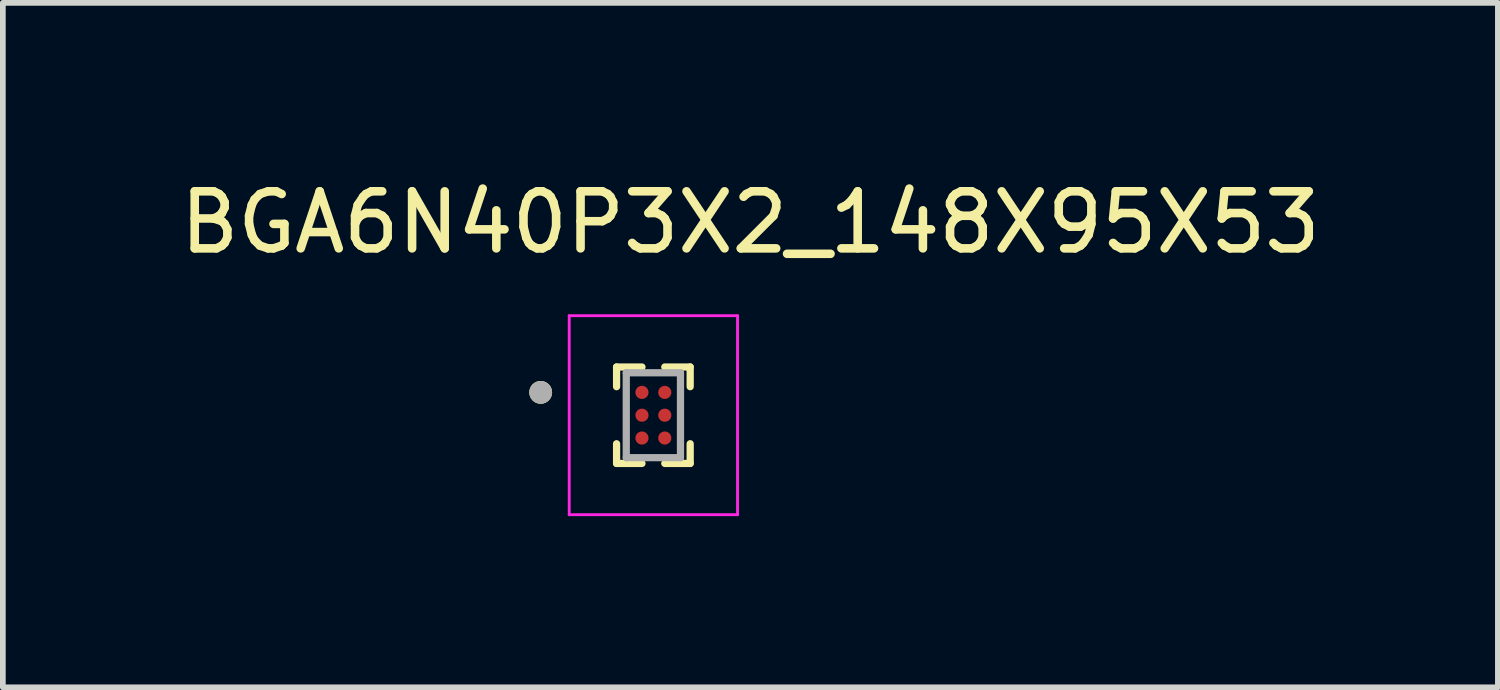
<source format=kicad_pcb>
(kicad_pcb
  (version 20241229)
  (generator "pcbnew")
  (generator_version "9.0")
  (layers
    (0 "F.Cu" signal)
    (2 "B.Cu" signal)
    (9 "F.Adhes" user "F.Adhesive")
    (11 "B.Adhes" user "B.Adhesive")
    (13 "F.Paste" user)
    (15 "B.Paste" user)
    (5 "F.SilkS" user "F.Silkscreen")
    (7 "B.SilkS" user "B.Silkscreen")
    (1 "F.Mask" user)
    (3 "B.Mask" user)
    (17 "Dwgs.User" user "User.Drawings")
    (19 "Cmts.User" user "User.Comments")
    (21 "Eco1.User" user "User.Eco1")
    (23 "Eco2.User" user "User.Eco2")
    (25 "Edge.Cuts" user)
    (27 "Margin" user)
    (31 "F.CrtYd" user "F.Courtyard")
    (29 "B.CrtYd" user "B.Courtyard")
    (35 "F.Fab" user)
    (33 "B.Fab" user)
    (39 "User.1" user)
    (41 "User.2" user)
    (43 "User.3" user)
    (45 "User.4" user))
  (footprint "BGA6N40P3X2_148X95X53"
    (layer "F.Cu")
    (at 8.401 4.227)
    (property "Reference" "BGA6N40P3X2_148X95X53" (at 1.7 -3.379 0) (layer "F.SilkS") (effects (font (size 1 1) (thickness 0.15))))
    (attr smd)
    (fp_circle (center -0.2 -0.4) (end -0.117 -0.4) (stroke (width 0.165) (type solid)) (fill no) (layer "F.Mask"))
    (fp_circle (center -0.2 0) (end -0.117 0) (stroke (width 0.165) (type solid)) (fill no) (layer "F.Mask"))
    (fp_circle (center -0.2 0.4) (end -0.117 0.4) (stroke (width 0.165) (type solid)) (fill no) (layer "F.Mask"))
    (fp_circle (center 0.2 -0.4) (end 0.282 -0.4) (stroke (width 0.165) (type solid)) (fill no) (layer "F.Mask"))
    (fp_circle (center 0.2 0) (end 0.282 0) (stroke (width 0.165) (type solid)) (fill no) (layer "F.Mask"))
    (fp_circle (center 0.2 0.4) (end 0.282 0.4) (stroke (width 0.165) (type solid)) (fill no) (layer "F.Mask"))
    (fp_line (start -0.645 -0.845) (end -0.645 -0.5) (stroke (width 0.127) (type solid)) (layer "F.SilkS"))
    (fp_line (start -0.645 0.5) (end -0.645 0.845) (stroke (width 0.127) (type solid)) (layer "F.SilkS"))
    (fp_line (start -0.645 0.845) (end -0.2 0.845) (stroke (width 0.127) (type solid)) (layer "F.SilkS"))
    (fp_line (start -0.2 -0.845) (end -0.645 -0.845) (stroke (width 0.127) (type solid)) (layer "F.SilkS"))
    (fp_line (start 0.2 -0.845) (end 0.645 -0.845) (stroke (width 0.127) (type solid)) (layer "F.SilkS"))
    (fp_line (start 0.645 -0.845) (end 0.645 -0.5) (stroke (width 0.127) (type solid)) (layer "F.SilkS"))
    (fp_line (start 0.645 0.5) (end 0.645 0.845) (stroke (width 0.127) (type solid)) (layer "F.SilkS"))
    (fp_line (start 0.645 0.845) (end 0.2 0.845) (stroke (width 0.127) (type solid)) (layer "F.SilkS"))
    (fp_circle (center -1.975 -0.4) (end -1.875 -0.4) (stroke (width 0.2) (type solid)) (fill no) (layer "F.SilkS"))
    (fp_poly (pts (xy -0.325 -0.325) (xy -0.325 -0.475) (xy -0.325 -0.478) (xy -0.325 -0.48) (xy -0.324 -0.483) (xy -0.324 -0.485) (xy -0.323 -0.488) (xy -0.323 -0.49) (xy -0.322 -0.493) (xy -0.321 -0.495) (xy -0.32 -0.498) (xy -0.318 -0.5) (xy -0.317 -0.502) (xy -0.315 -0.504) (xy -0.314 -0.506) (xy -0.312 -0.508) (xy -0.31 -0.51) (xy -0.308 -0.512) (xy -0.306 -0.514) (xy -0.304 -0.515) (xy -0.302 -0.517) (xy -0.3 -0.518) (xy -0.298 -0.52) (xy -0.295 -0.521) (xy -0.293 -0.522) (xy -0.29 -0.523) (xy -0.288 -0.523) (xy -0.285 -0.524) (xy -0.283 -0.524) (xy -0.28 -0.525) (xy -0.278 -0.525) (xy -0.275 -0.525) (xy -0.125 -0.525) (xy -0.122 -0.525) (xy -0.12 -0.525) (xy -0.117 -0.524) (xy -0.115 -0.524) (xy -0.112 -0.523) (xy -0.11 -0.523) (xy -0.107 -0.522) (xy -0.105 -0.521) (xy -0.102 -0.52) (xy -0.1 -0.518) (xy -0.098 -0.517) (xy -0.096 -0.515) (xy -0.094 -0.514) (xy -0.092 -0.512) (xy -0.09 -0.51) (xy -0.088 -0.508) (xy -0.086 -0.506) (xy -0.085 -0.504) (xy -0.083 -0.502) (xy -0.082 -0.5) (xy -0.08 -0.498) (xy -0.079 -0.495) (xy -0.078 -0.493) (xy -0.077 -0.49) (xy -0.077 -0.488) (xy -0.076 -0.485) (xy -0.076 -0.483) (xy -0.075 -0.48) (xy -0.075 -0.478) (xy -0.075 -0.475) (xy -0.075 -0.325) (xy -0.075 -0.322) (xy -0.075 -0.32) (xy -0.076 -0.317) (xy -0.076 -0.315) (xy -0.077 -0.312) (xy -0.077 -0.31) (xy -0.078 -0.307) (xy -0.079 -0.305) (xy -0.08 -0.302) (xy -0.082 -0.3) (xy -0.083 -0.298) (xy -0.085 -0.296) (xy -0.086 -0.294) (xy -0.088 -0.292) (xy -0.09 -0.29) (xy -0.092 -0.288) (xy -0.094 -0.286) (xy -0.096 -0.285) (xy -0.098 -0.283) (xy -0.1 -0.282) (xy -0.102 -0.28) (xy -0.105 -0.279) (xy -0.107 -0.278) (xy -0.11 -0.277) (xy -0.112 -0.277) (xy -0.115 -0.276) (xy -0.117 -0.276) (xy -0.12 -0.275) (xy -0.122 -0.275) (xy -0.125 -0.275) (xy -0.275 -0.275) (xy -0.278 -0.275) (xy -0.28 -0.275) (xy -0.283 -0.276) (xy -0.285 -0.276) (xy -0.288 -0.277) (xy -0.29 -0.277) (xy -0.293 -0.278) (xy -0.295 -0.279) (xy -0.298 -0.28) (xy -0.3 -0.282) (xy -0.302 -0.283) (xy -0.304 -0.285) (xy -0.306 -0.286) (xy -0.308 -0.288) (xy -0.31 -0.29) (xy -0.312 -0.292) (xy -0.314 -0.294) (xy -0.315 -0.296) (xy -0.317 -0.298) (xy -0.318 -0.3) (xy -0.32 -0.302) (xy -0.321 -0.305) (xy -0.322 -0.307) (xy -0.323 -0.31) (xy -0.323 -0.312) (xy -0.324 -0.315) (xy -0.324 -0.317) (xy -0.325 -0.32) (xy -0.325 -0.322) (xy -0.325 -0.325)) (stroke (width 0.01) (type solid)) (fill yes) (layer "F.Paste"))
    (fp_poly (pts (xy -0.325 0.075) (xy -0.325 -0.075) (xy -0.325 -0.078) (xy -0.325 -0.08) (xy -0.324 -0.083) (xy -0.324 -0.085) (xy -0.323 -0.088) (xy -0.323 -0.09) (xy -0.322 -0.093) (xy -0.321 -0.095) (xy -0.32 -0.098) (xy -0.318 -0.1) (xy -0.317 -0.102) (xy -0.315 -0.104) (xy -0.314 -0.106) (xy -0.312 -0.108) (xy -0.31 -0.11) (xy -0.308 -0.112) (xy -0.306 -0.114) (xy -0.304 -0.115) (xy -0.302 -0.117) (xy -0.3 -0.118) (xy -0.298 -0.12) (xy -0.295 -0.121) (xy -0.293 -0.122) (xy -0.29 -0.123) (xy -0.288 -0.123) (xy -0.285 -0.124) (xy -0.283 -0.124) (xy -0.28 -0.125) (xy -0.278 -0.125) (xy -0.275 -0.125) (xy -0.125 -0.125) (xy -0.122 -0.125) (xy -0.12 -0.125) (xy -0.117 -0.124) (xy -0.115 -0.124) (xy -0.112 -0.123) (xy -0.11 -0.123) (xy -0.107 -0.122) (xy -0.105 -0.121) (xy -0.102 -0.12) (xy -0.1 -0.118) (xy -0.098 -0.117) (xy -0.096 -0.115) (xy -0.094 -0.114) (xy -0.092 -0.112) (xy -0.09 -0.11) (xy -0.088 -0.108) (xy -0.086 -0.106) (xy -0.085 -0.104) (xy -0.083 -0.102) (xy -0.082 -0.1) (xy -0.08 -0.098) (xy -0.079 -0.095) (xy -0.078 -0.093) (xy -0.077 -0.09) (xy -0.077 -0.088) (xy -0.076 -0.085) (xy -0.076 -0.083) (xy -0.075 -0.08) (xy -0.075 -0.078) (xy -0.075 -0.075) (xy -0.075 0.075) (xy -0.075 0.078) (xy -0.075 0.08) (xy -0.076 0.083) (xy -0.076 0.085) (xy -0.077 0.088) (xy -0.077 0.09) (xy -0.078 0.093) (xy -0.079 0.095) (xy -0.08 0.098) (xy -0.082 0.1) (xy -0.083 0.102) (xy -0.085 0.104) (xy -0.086 0.106) (xy -0.088 0.108) (xy -0.09 0.11) (xy -0.092 0.112) (xy -0.094 0.114) (xy -0.096 0.115) (xy -0.098 0.117) (xy -0.1 0.118) (xy -0.102 0.12) (xy -0.105 0.121) (xy -0.107 0.122) (xy -0.11 0.123) (xy -0.112 0.123) (xy -0.115 0.124) (xy -0.117 0.124) (xy -0.12 0.125) (xy -0.122 0.125) (xy -0.125 0.125) (xy -0.275 0.125) (xy -0.278 0.125) (xy -0.28 0.125) (xy -0.283 0.124) (xy -0.285 0.124) (xy -0.288 0.123) (xy -0.29 0.123) (xy -0.293 0.122) (xy -0.295 0.121) (xy -0.298 0.12) (xy -0.3 0.118) (xy -0.302 0.117) (xy -0.304 0.115) (xy -0.306 0.114) (xy -0.308 0.112) (xy -0.31 0.11) (xy -0.312 0.108) (xy -0.314 0.106) (xy -0.315 0.104) (xy -0.317 0.102) (xy -0.318 0.1) (xy -0.32 0.098) (xy -0.321 0.095) (xy -0.322 0.093) (xy -0.323 0.09) (xy -0.323 0.088) (xy -0.324 0.085) (xy -0.324 0.083) (xy -0.325 0.08) (xy -0.325 0.078) (xy -0.325 0.075)) (stroke (width 0.01) (type solid)) (fill yes) (layer "F.Paste"))
    (fp_poly (pts (xy -0.325 0.475) (xy -0.325 0.325) (xy -0.325 0.322) (xy -0.325 0.32) (xy -0.324 0.317) (xy -0.324 0.315) (xy -0.323 0.312) (xy -0.323 0.31) (xy -0.322 0.307) (xy -0.321 0.305) (xy -0.32 0.302) (xy -0.318 0.3) (xy -0.317 0.298) (xy -0.315 0.296) (xy -0.314 0.294) (xy -0.312 0.292) (xy -0.31 0.29) (xy -0.308 0.288) (xy -0.306 0.286) (xy -0.304 0.285) (xy -0.302 0.283) (xy -0.3 0.282) (xy -0.298 0.28) (xy -0.295 0.279) (xy -0.293 0.278) (xy -0.29 0.277) (xy -0.288 0.277) (xy -0.285 0.276) (xy -0.283 0.276) (xy -0.28 0.275) (xy -0.278 0.275) (xy -0.275 0.275) (xy -0.125 0.275) (xy -0.122 0.275) (xy -0.12 0.275) (xy -0.117 0.276) (xy -0.115 0.276) (xy -0.112 0.277) (xy -0.11 0.277) (xy -0.107 0.278) (xy -0.105 0.279) (xy -0.102 0.28) (xy -0.1 0.282) (xy -0.098 0.283) (xy -0.096 0.285) (xy -0.094 0.286) (xy -0.092 0.288) (xy -0.09 0.29) (xy -0.088 0.292) (xy -0.086 0.294) (xy -0.085 0.296) (xy -0.083 0.298) (xy -0.082 0.3) (xy -0.08 0.302) (xy -0.079 0.305) (xy -0.078 0.307) (xy -0.077 0.31) (xy -0.077 0.312) (xy -0.076 0.315) (xy -0.076 0.317) (xy -0.075 0.32) (xy -0.075 0.322) (xy -0.075 0.325) (xy -0.075 0.475) (xy -0.075 0.478) (xy -0.075 0.48) (xy -0.076 0.483) (xy -0.076 0.485) (xy -0.077 0.488) (xy -0.077 0.49) (xy -0.078 0.493) (xy -0.079 0.495) (xy -0.08 0.498) (xy -0.082 0.5) (xy -0.083 0.502) (xy -0.085 0.504) (xy -0.086 0.506) (xy -0.088 0.508) (xy -0.09 0.51) (xy -0.092 0.512) (xy -0.094 0.514) (xy -0.096 0.515) (xy -0.098 0.517) (xy -0.1 0.518) (xy -0.102 0.52) (xy -0.105 0.521) (xy -0.107 0.522) (xy -0.11 0.523) (xy -0.112 0.523) (xy -0.115 0.524) (xy -0.117 0.524) (xy -0.12 0.525) (xy -0.122 0.525) (xy -0.125 0.525) (xy -0.275 0.525) (xy -0.278 0.525) (xy -0.28 0.525) (xy -0.283 0.524) (xy -0.285 0.524) (xy -0.288 0.523) (xy -0.29 0.523) (xy -0.293 0.522) (xy -0.295 0.521) (xy -0.298 0.52) (xy -0.3 0.518) (xy -0.302 0.517) (xy -0.304 0.515) (xy -0.306 0.514) (xy -0.308 0.512) (xy -0.31 0.51) (xy -0.312 0.508) (xy -0.314 0.506) (xy -0.315 0.504) (xy -0.317 0.502) (xy -0.318 0.5) (xy -0.32 0.498) (xy -0.321 0.495) (xy -0.322 0.493) (xy -0.323 0.49) (xy -0.323 0.488) (xy -0.324 0.485) (xy -0.324 0.483) (xy -0.325 0.48) (xy -0.325 0.478) (xy -0.325 0.475)) (stroke (width 0.01) (type solid)) (fill yes) (layer "F.Paste"))
    (fp_poly (pts (xy 0.075 -0.325) (xy 0.075 -0.475) (xy 0.075 -0.478) (xy 0.075 -0.48) (xy 0.076 -0.483) (xy 0.076 -0.485) (xy 0.077 -0.488) (xy 0.077 -0.49) (xy 0.078 -0.493) (xy 0.079 -0.495) (xy 0.08 -0.498) (xy 0.082 -0.5) (xy 0.083 -0.502) (xy 0.085 -0.504) (xy 0.086 -0.506) (xy 0.088 -0.508) (xy 0.09 -0.51) (xy 0.092 -0.512) (xy 0.094 -0.514) (xy 0.096 -0.515) (xy 0.098 -0.517) (xy 0.1 -0.518) (xy 0.102 -0.52) (xy 0.105 -0.521) (xy 0.107 -0.522) (xy 0.11 -0.523) (xy 0.112 -0.523) (xy 0.115 -0.524) (xy 0.117 -0.524) (xy 0.12 -0.525) (xy 0.122 -0.525) (xy 0.125 -0.525) (xy 0.275 -0.525) (xy 0.278 -0.525) (xy 0.28 -0.525) (xy 0.283 -0.524) (xy 0.285 -0.524) (xy 0.288 -0.523) (xy 0.29 -0.523) (xy 0.293 -0.522) (xy 0.295 -0.521) (xy 0.298 -0.52) (xy 0.3 -0.518) (xy 0.302 -0.517) (xy 0.304 -0.515) (xy 0.306 -0.514) (xy 0.308 -0.512) (xy 0.31 -0.51) (xy 0.312 -0.508) (xy 0.314 -0.506) (xy 0.315 -0.504) (xy 0.317 -0.502) (xy 0.318 -0.5) (xy 0.32 -0.498) (xy 0.321 -0.495) (xy 0.322 -0.493) (xy 0.323 -0.49) (xy 0.323 -0.488) (xy 0.324 -0.485) (xy 0.324 -0.483) (xy 0.325 -0.48) (xy 0.325 -0.478) (xy 0.325 -0.475) (xy 0.325 -0.325) (xy 0.325 -0.322) (xy 0.325 -0.32) (xy 0.324 -0.317) (xy 0.324 -0.315) (xy 0.323 -0.312) (xy 0.323 -0.31) (xy 0.322 -0.307) (xy 0.321 -0.305) (xy 0.32 -0.302) (xy 0.318 -0.3) (xy 0.317 -0.298) (xy 0.315 -0.296) (xy 0.314 -0.294) (xy 0.312 -0.292) (xy 0.31 -0.29) (xy 0.308 -0.288) (xy 0.306 -0.286) (xy 0.304 -0.285) (xy 0.302 -0.283) (xy 0.3 -0.282) (xy 0.298 -0.28) (xy 0.295 -0.279) (xy 0.293 -0.278) (xy 0.29 -0.277) (xy 0.288 -0.277) (xy 0.285 -0.276) (xy 0.283 -0.276) (xy 0.28 -0.275) (xy 0.278 -0.275) (xy 0.275 -0.275) (xy 0.125 -0.275) (xy 0.122 -0.275) (xy 0.12 -0.275) (xy 0.117 -0.276) (xy 0.115 -0.276) (xy 0.112 -0.277) (xy 0.11 -0.277) (xy 0.107 -0.278) (xy 0.105 -0.279) (xy 0.102 -0.28) (xy 0.1 -0.282) (xy 0.098 -0.283) (xy 0.096 -0.285) (xy 0.094 -0.286) (xy 0.092 -0.288) (xy 0.09 -0.29) (xy 0.088 -0.292) (xy 0.086 -0.294) (xy 0.085 -0.296) (xy 0.083 -0.298) (xy 0.082 -0.3) (xy 0.08 -0.302) (xy 0.079 -0.305) (xy 0.078 -0.307) (xy 0.077 -0.31) (xy 0.077 -0.312) (xy 0.076 -0.315) (xy 0.076 -0.317) (xy 0.075 -0.32) (xy 0.075 -0.322) (xy 0.075 -0.325)) (stroke (width 0.01) (type solid)) (fill yes) (layer "F.Paste"))
    (fp_poly (pts (xy 0.075 0.075) (xy 0.075 -0.075) (xy 0.075 -0.078) (xy 0.075 -0.08) (xy 0.076 -0.083) (xy 0.076 -0.085) (xy 0.077 -0.088) (xy 0.077 -0.09) (xy 0.078 -0.093) (xy 0.079 -0.095) (xy 0.08 -0.098) (xy 0.082 -0.1) (xy 0.083 -0.102) (xy 0.085 -0.104) (xy 0.086 -0.106) (xy 0.088 -0.108) (xy 0.09 -0.11) (xy 0.092 -0.112) (xy 0.094 -0.114) (xy 0.096 -0.115) (xy 0.098 -0.117) (xy 0.1 -0.118) (xy 0.102 -0.12) (xy 0.105 -0.121) (xy 0.107 -0.122) (xy 0.11 -0.123) (xy 0.112 -0.123) (xy 0.115 -0.124) (xy 0.117 -0.124) (xy 0.12 -0.125) (xy 0.122 -0.125) (xy 0.125 -0.125) (xy 0.275 -0.125) (xy 0.278 -0.125) (xy 0.28 -0.125) (xy 0.283 -0.124) (xy 0.285 -0.124) (xy 0.288 -0.123) (xy 0.29 -0.123) (xy 0.293 -0.122) (xy 0.295 -0.121) (xy 0.298 -0.12) (xy 0.3 -0.118) (xy 0.302 -0.117) (xy 0.304 -0.115) (xy 0.306 -0.114) (xy 0.308 -0.112) (xy 0.31 -0.11) (xy 0.312 -0.108) (xy 0.314 -0.106) (xy 0.315 -0.104) (xy 0.317 -0.102) (xy 0.318 -0.1) (xy 0.32 -0.098) (xy 0.321 -0.095) (xy 0.322 -0.093) (xy 0.323 -0.09) (xy 0.323 -0.088) (xy 0.324 -0.085) (xy 0.324 -0.083) (xy 0.325 -0.08) (xy 0.325 -0.078) (xy 0.325 -0.075) (xy 0.325 0.075) (xy 0.325 0.078) (xy 0.325 0.08) (xy 0.324 0.083) (xy 0.324 0.085) (xy 0.323 0.088) (xy 0.323 0.09) (xy 0.322 0.093) (xy 0.321 0.095) (xy 0.32 0.098) (xy 0.318 0.1) (xy 0.317 0.102) (xy 0.315 0.104) (xy 0.314 0.106) (xy 0.312 0.108) (xy 0.31 0.11) (xy 0.308 0.112) (xy 0.306 0.114) (xy 0.304 0.115) (xy 0.302 0.117) (xy 0.3 0.118) (xy 0.298 0.12) (xy 0.295 0.121) (xy 0.293 0.122) (xy 0.29 0.123) (xy 0.288 0.123) (xy 0.285 0.124) (xy 0.283 0.124) (xy 0.28 0.125) (xy 0.278 0.125) (xy 0.275 0.125) (xy 0.125 0.125) (xy 0.122 0.125) (xy 0.12 0.125) (xy 0.117 0.124) (xy 0.115 0.124) (xy 0.112 0.123) (xy 0.11 0.123) (xy 0.107 0.122) (xy 0.105 0.121) (xy 0.102 0.12) (xy 0.1 0.118) (xy 0.098 0.117) (xy 0.096 0.115) (xy 0.094 0.114) (xy 0.092 0.112) (xy 0.09 0.11) (xy 0.088 0.108) (xy 0.086 0.106) (xy 0.085 0.104) (xy 0.083 0.102) (xy 0.082 0.1) (xy 0.08 0.098) (xy 0.079 0.095) (xy 0.078 0.093) (xy 0.077 0.09) (xy 0.077 0.088) (xy 0.076 0.085) (xy 0.076 0.083) (xy 0.075 0.08) (xy 0.075 0.078) (xy 0.075 0.075)) (stroke (width 0.01) (type solid)) (fill yes) (layer "F.Paste"))
    (fp_poly (pts (xy 0.075 0.475) (xy 0.075 0.325) (xy 0.075 0.322) (xy 0.075 0.32) (xy 0.076 0.317) (xy 0.076 0.315) (xy 0.077 0.312) (xy 0.077 0.31) (xy 0.078 0.307) (xy 0.079 0.305) (xy 0.08 0.302) (xy 0.082 0.3) (xy 0.083 0.298) (xy 0.085 0.296) (xy 0.086 0.294) (xy 0.088 0.292) (xy 0.09 0.29) (xy 0.092 0.288) (xy 0.094 0.286) (xy 0.096 0.285) (xy 0.098 0.283) (xy 0.1 0.282) (xy 0.102 0.28) (xy 0.105 0.279) (xy 0.107 0.278) (xy 0.11 0.277) (xy 0.112 0.277) (xy 0.115 0.276) (xy 0.117 0.276) (xy 0.12 0.275) (xy 0.122 0.275) (xy 0.125 0.275) (xy 0.275 0.275) (xy 0.278 0.275) (xy 0.28 0.275) (xy 0.283 0.276) (xy 0.285 0.276) (xy 0.288 0.277) (xy 0.29 0.277) (xy 0.293 0.278) (xy 0.295 0.279) (xy 0.298 0.28) (xy 0.3 0.282) (xy 0.302 0.283) (xy 0.304 0.285) (xy 0.306 0.286) (xy 0.308 0.288) (xy 0.31 0.29) (xy 0.312 0.292) (xy 0.314 0.294) (xy 0.315 0.296) (xy 0.317 0.298) (xy 0.318 0.3) (xy 0.32 0.302) (xy 0.321 0.305) (xy 0.322 0.307) (xy 0.323 0.31) (xy 0.323 0.312) (xy 0.324 0.315) (xy 0.324 0.317) (xy 0.325 0.32) (xy 0.325 0.322) (xy 0.325 0.325) (xy 0.325 0.475) (xy 0.325 0.478) (xy 0.325 0.48) (xy 0.324 0.483) (xy 0.324 0.485) (xy 0.323 0.488) (xy 0.323 0.49) (xy 0.322 0.493) (xy 0.321 0.495) (xy 0.32 0.498) (xy 0.318 0.5) (xy 0.317 0.502) (xy 0.315 0.504) (xy 0.314 0.506) (xy 0.312 0.508) (xy 0.31 0.51) (xy 0.308 0.512) (xy 0.306 0.514) (xy 0.304 0.515) (xy 0.302 0.517) (xy 0.3 0.518) (xy 0.298 0.52) (xy 0.295 0.521) (xy 0.293 0.522) (xy 0.29 0.523) (xy 0.288 0.523) (xy 0.285 0.524) (xy 0.283 0.524) (xy 0.28 0.525) (xy 0.278 0.525) (xy 0.275 0.525) (xy 0.125 0.525) (xy 0.122 0.525) (xy 0.12 0.525) (xy 0.117 0.524) (xy 0.115 0.524) (xy 0.112 0.523) (xy 0.11 0.523) (xy 0.107 0.522) (xy 0.105 0.521) (xy 0.102 0.52) (xy 0.1 0.518) (xy 0.098 0.517) (xy 0.096 0.515) (xy 0.094 0.514) (xy 0.092 0.512) (xy 0.09 0.51) (xy 0.088 0.508) (xy 0.086 0.506) (xy 0.085 0.504) (xy 0.083 0.502) (xy 0.082 0.5) (xy 0.08 0.498) (xy 0.079 0.495) (xy 0.078 0.493) (xy 0.077 0.49) (xy 0.077 0.488) (xy 0.076 0.485) (xy 0.076 0.483) (xy 0.075 0.48) (xy 0.075 0.478) (xy 0.075 0.475)) (stroke (width 0.01) (type solid)) (fill yes) (layer "F.Paste"))
    (fp_line (start -1.475 -1.744) (end -1.475 1.744) (stroke (width 0.05) (type solid)) (layer "F.CrtYd"))
    (fp_line (start -1.475 1.744) (end 1.475 1.744) (stroke (width 0.05) (type solid)) (layer "F.CrtYd"))
    (fp_line (start 1.475 -1.744) (end -1.475 -1.744) (stroke (width 0.05) (type solid)) (layer "F.CrtYd"))
    (fp_line (start 1.475 1.744) (end 1.475 -1.744) (stroke (width 0.05) (type solid)) (layer "F.CrtYd"))
    (fp_line (start -0.475 0.744) (end -0.475 -0.744) (stroke (width 0.127) (type solid)) (layer "F.Fab"))
    (fp_line (start 0.475 -0.744) (end -0.475 -0.744) (stroke (width 0.127) (type solid)) (layer "F.Fab"))
    (fp_line (start 0.475 0.744) (end -0.475 0.744) (stroke (width 0.127) (type solid)) (layer "F.Fab"))
    (fp_line (start 0.475 0.744) (end 0.475 -0.744) (stroke (width 0.127) (type solid)) (layer "F.Fab"))
    (fp_circle (center -1.975 -0.4) (end -1.875 -0.4) (stroke (width 0.2) (type solid)) (fill no) (layer "F.Fab"))
    (pad "A1" smd circle (at -0.2 -0.4) (size 0.23 0.23) (layers "F.Cu"))
    (pad "A2" smd circle (at 0.2 -0.4) (size 0.23 0.23) (layers "F.Cu"))
    (pad "B1" smd circle (at -0.2 0) (size 0.23 0.23) (layers "F.Cu"))
    (pad "B2" smd circle (at 0.2 0) (size 0.23 0.23) (layers "F.Cu"))
    (pad "C1" smd circle (at -0.2 0.4) (size 0.23 0.23) (layers "F.Cu"))
    (pad "C2" smd circle (at 0.2 0.4) (size 0.23 0.23) (layers "F.Cu")))
  (gr_rect
    (start -3 -3)
    (end 23.202 8.996)
    (stroke (width 0.1) (type default))
    (fill no)
    (layer "Edge.Cuts")))
</source>
